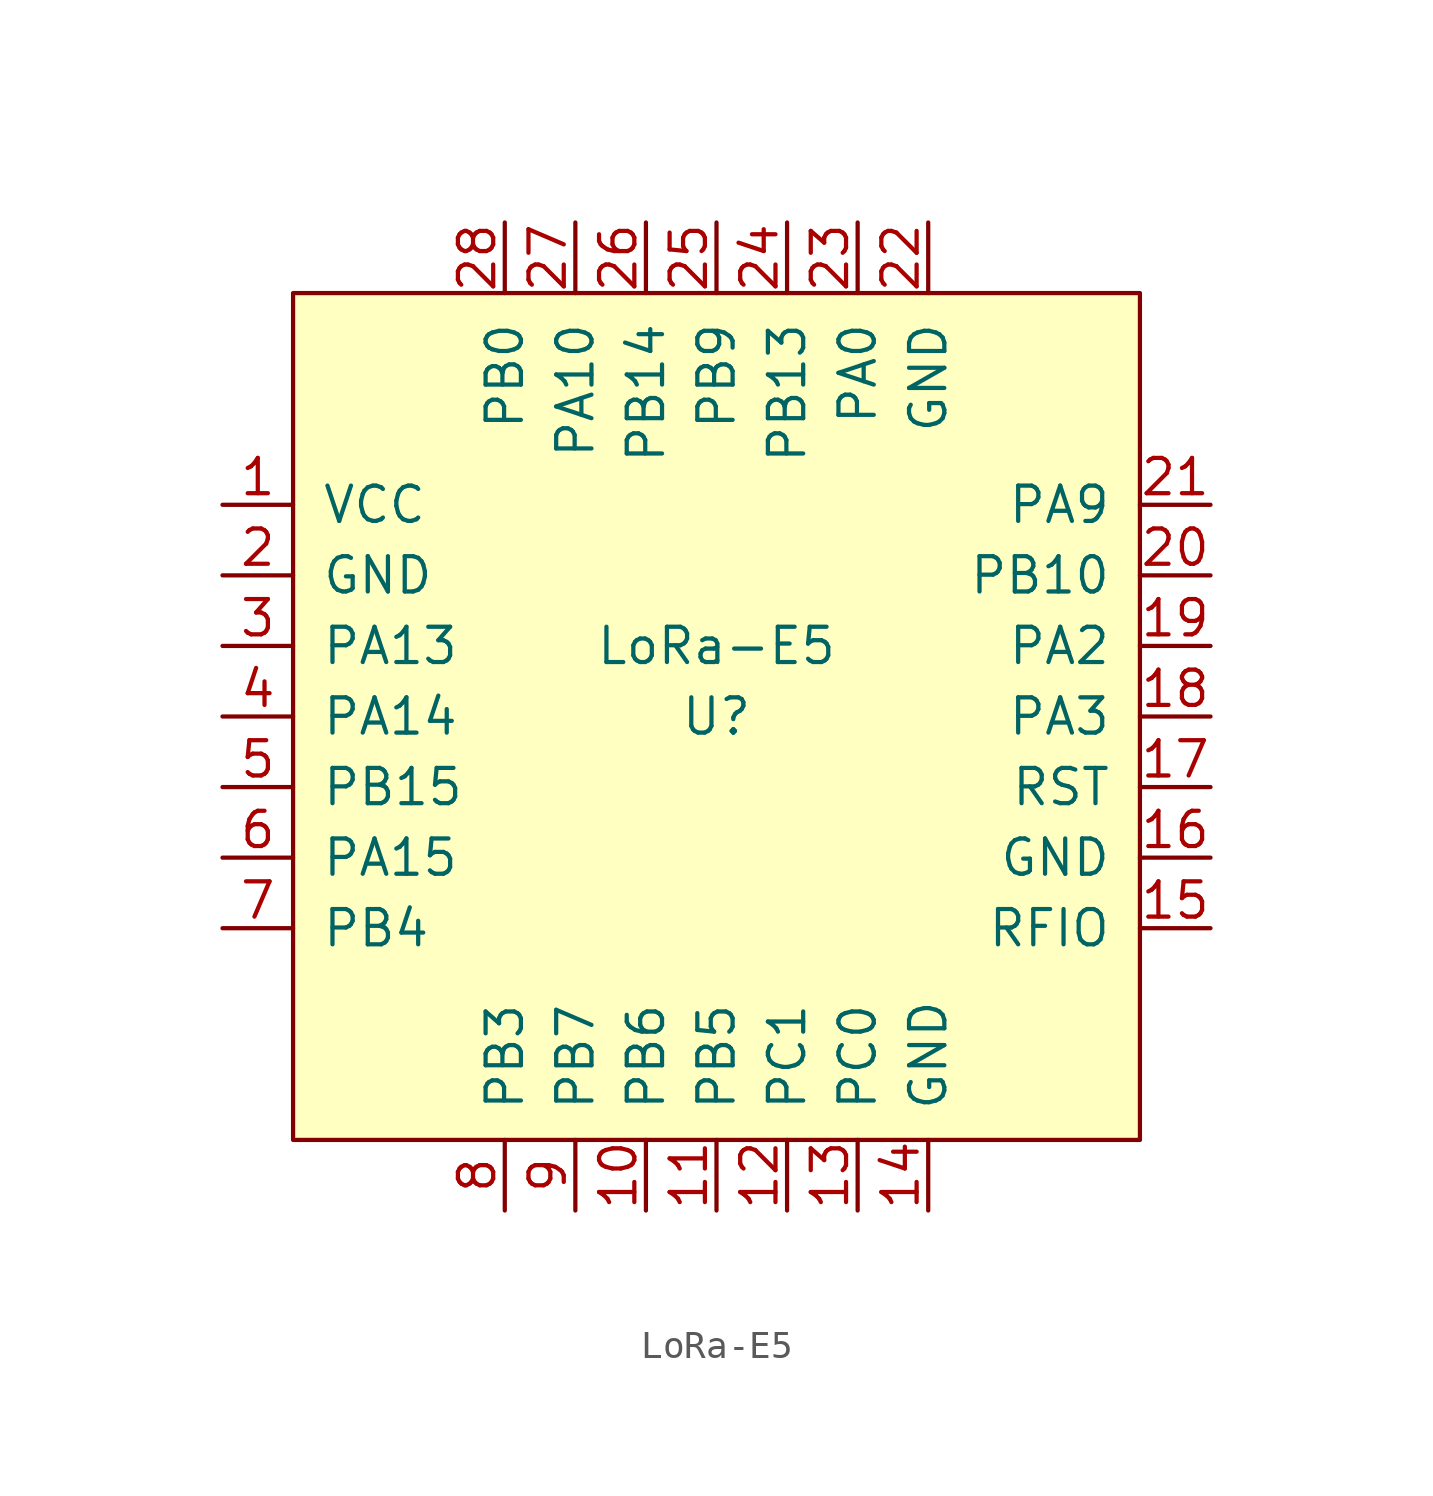
<source format=kicad_sym>
(kicad_symbol_lib
  (version 20211014)
  (generator kicad_symbol_editor)
  (symbol "LoRa-E5"
    (pin_names
      (offset 1.016))
    (property "Reference" "U"
      (at 0 0 0)
      (effects (font (size 1.27 1.27))))
    (property "Value" "LoRa-E5"
      (at 0 2.54 0)
      (effects (font (size 1.27 1.27))))
    (symbol "LoRa-E5_0_1"
      (rectangle (start -15.24 15.24) (end 15.24 -15.24) (stroke (width 0) (type default) (color 0 0 0 0)) (fill (type background))))
    (symbol "LoRa-E5_1_1"
      (pin input line (at -17.78 7.62 0) (length 2.54) (name "VCC" (effects (font (size 1.27 1.27)))) (number "1" (effects (font (size 1.27 1.27)))))
      (pin input line (at -2.54 -17.78 90) (length 2.54) (name "PB6" (effects (font (size 1.27 1.27)))) (number "10" (effects (font (size 1.27 1.27)))))
      (pin input line (at 0 -17.78 90) (length 2.54) (name "PB5" (effects (font (size 1.27 1.27)))) (number "11" (effects (font (size 1.27 1.27)))))
      (pin input line (at 2.54 -17.78 90) (length 2.54) (name "PC1" (effects (font (size 1.27 1.27)))) (number "12" (effects (font (size 1.27 1.27)))))
      (pin input line (at 5.08 -17.78 90) (length 2.54) (name "PC0" (effects (font (size 1.27 1.27)))) (number "13" (effects (font (size 1.27 1.27)))))
      (pin input line (at 7.62 -17.78 90) (length 2.54) (name "GND" (effects (font (size 1.27 1.27)))) (number "14" (effects (font (size 1.27 1.27)))))
      (pin input line (at 17.78 -7.62 180) (length 2.54) (name "RFIO" (effects (font (size 1.27 1.27)))) (number "15" (effects (font (size 1.27 1.27)))))
      (pin input line (at 17.78 -5.08 180) (length 2.54) (name "GND" (effects (font (size 1.27 1.27)))) (number "16" (effects (font (size 1.27 1.27)))))
      (pin input line (at 17.78 -2.54 180) (length 2.54) (name "RST" (effects (font (size 1.27 1.27)))) (number "17" (effects (font (size 1.27 1.27)))))
      (pin input line (at 17.78 0 180) (length 2.54) (name "PA3" (effects (font (size 1.27 1.27)))) (number "18" (effects (font (size 1.27 1.27)))))
      (pin input line (at 17.78 2.54 180) (length 2.54) (name "PA2" (effects (font (size 1.27 1.27)))) (number "19" (effects (font (size 1.27 1.27)))))
      (pin input line (at -17.78 5.08 0) (length 2.54) (name "GND" (effects (font (size 1.27 1.27)))) (number "2" (effects (font (size 1.27 1.27)))))
      (pin input line (at 17.78 5.08 180) (length 2.54) (name "PB10" (effects (font (size 1.27 1.27)))) (number "20" (effects (font (size 1.27 1.27)))))
      (pin input line (at 17.78 7.62 180) (length 2.54) (name "PA9" (effects (font (size 1.27 1.27)))) (number "21" (effects (font (size 1.27 1.27)))))
      (pin input line (at 7.62 17.78 270) (length 2.54) (name "GND" (effects (font (size 1.27 1.27)))) (number "22" (effects (font (size 1.27 1.27)))))
      (pin input line (at 5.08 17.78 270) (length 2.54) (name "PA0" (effects (font (size 1.27 1.27)))) (number "23" (effects (font (size 1.27 1.27)))))
      (pin input line (at 2.54 17.78 270) (length 2.54) (name "PB13~{}" (effects (font (size 1.27 1.27)))) (number "24" (effects (font (size 1.27 1.27)))))
      (pin input line (at 0 17.78 270) (length 2.54) (name "PB9" (effects (font (size 1.27 1.27)))) (number "25" (effects (font (size 1.27 1.27)))))
      (pin input line (at -2.54 17.78 270) (length 2.54) (name "PB14" (effects (font (size 1.27 1.27)))) (number "26" (effects (font (size 1.27 1.27)))))
      (pin input line (at -5.08 17.78 270) (length 2.54) (name "PA10" (effects (font (size 1.27 1.27)))) (number "27" (effects (font (size 1.27 1.27)))))
      (pin input line (at -7.62 17.78 270) (length 2.54) (name "PB0" (effects (font (size 1.27 1.27)))) (number "28" (effects (font (size 1.27 1.27)))))
      (pin input line (at -17.78 2.54 0) (length 2.54) (name "PA13" (effects (font (size 1.27 1.27)))) (number "3" (effects (font (size 1.27 1.27)))))
      (pin input line (at -17.78 0 0) (length 2.54) (name "PA14" (effects (font (size 1.27 1.27)))) (number "4" (effects (font (size 1.27 1.27)))))
      (pin input line (at -17.78 -2.54 0) (length 2.54) (name "PB15" (effects (font (size 1.27 1.27)))) (number "5" (effects (font (size 1.27 1.27)))))
      (pin input line (at -17.78 -5.08 0) (length 2.54) (name "PA15" (effects (font (size 1.27 1.27)))) (number "6" (effects (font (size 1.27 1.27)))))
      (pin input line (at -17.78 -7.62 0) (length 2.54) (name "PB4" (effects (font (size 1.27 1.27)))) (number "7" (effects (font (size 1.27 1.27)))))
      (pin input line (at -7.62 -17.78 90) (length 2.54) (name "PB3" (effects (font (size 1.27 1.27)))) (number "8" (effects (font (size 1.27 1.27)))))
      (pin input line (at -5.08 -17.78 90) (length 2.54) (name "PB7" (effects (font (size 1.27 1.27)))) (number "9" (effects (font (size 1.27 1.27))))))))
</source>
